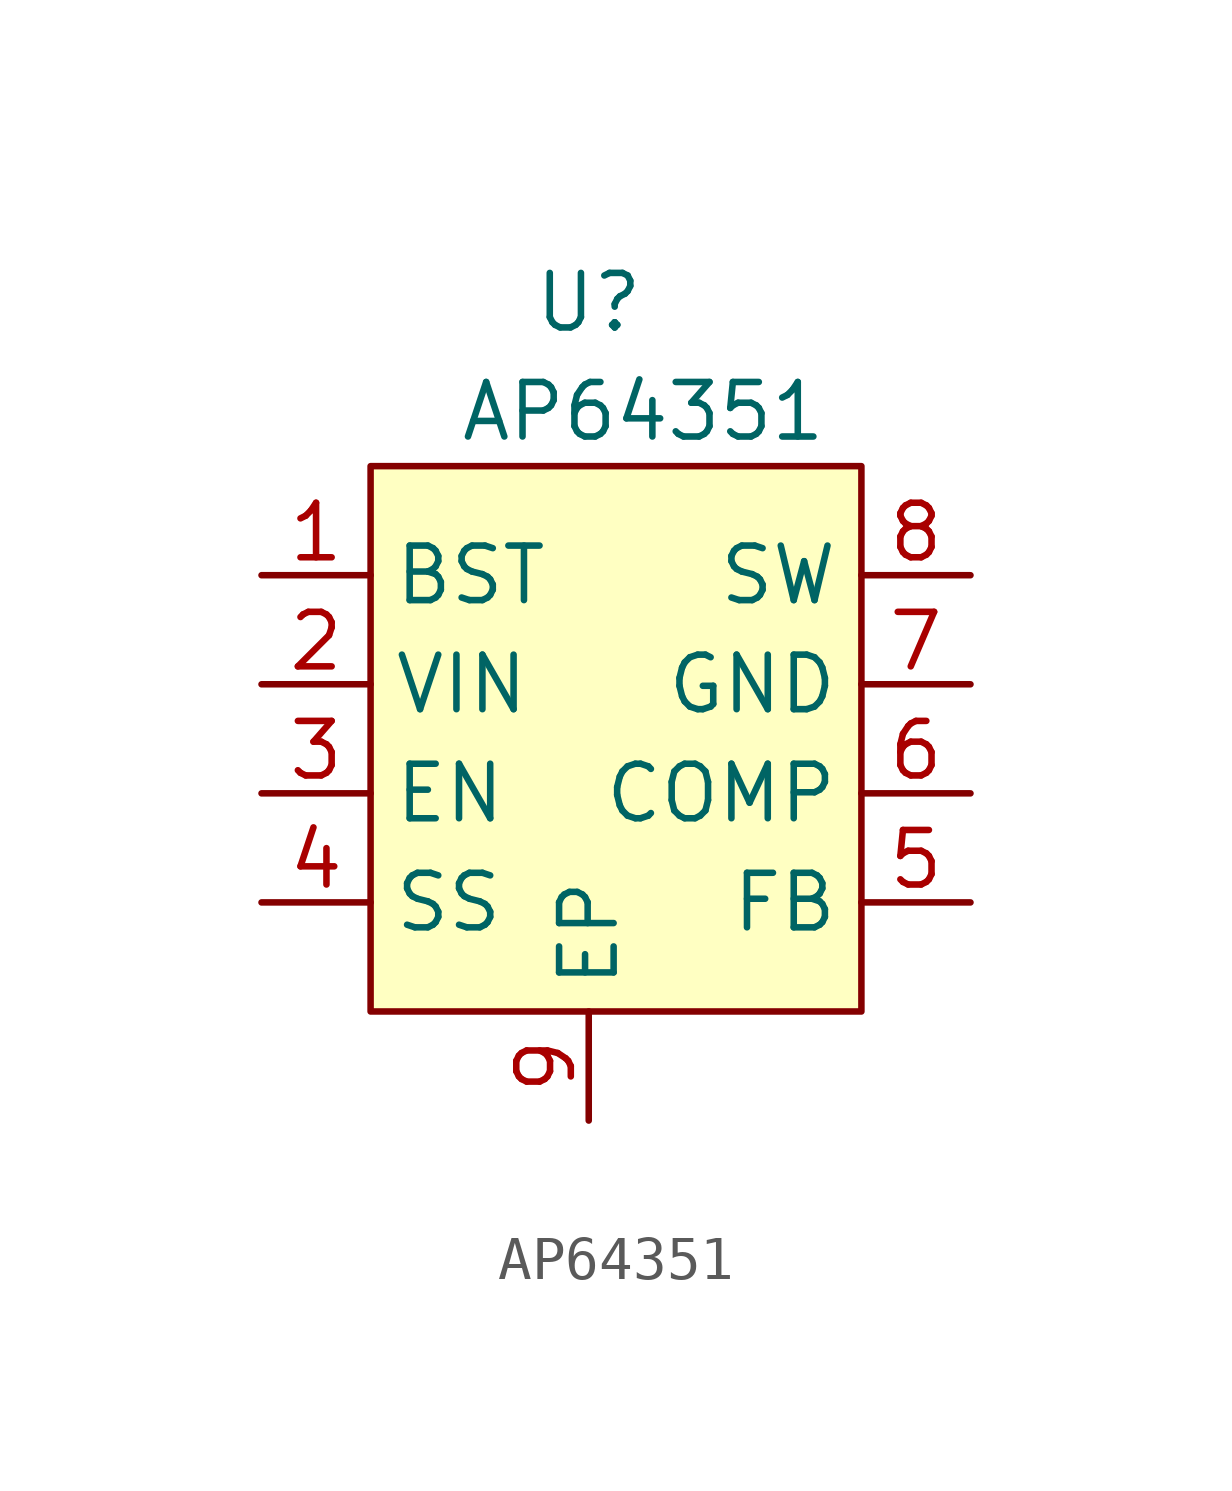
<source format=kicad_sym>
(kicad_symbol_lib
  (version 20220914)
  (generator kicad_symbol_editor)
  (symbol "AP64351"
    (property "Reference" "U"
      (at 0 8.89 0)
      (effects (font (size 1.27 1.27))))
    (property "Value" "AP64351"
      (at 1.27 6.35 0)
      (effects (font (size 1.27 1.27))))
    (symbol "AP64351_0_0"
      (rectangle (start -5.08 5.08) (end 6.35 -7.62) (stroke (width 0.152) (type default)) (fill (type background))))
    (symbol "AP64351_1_1"
      (pin passive line (at -7.62 2.54 0) (length 2.54) (name "BST" (effects (font (size 1.27 1.27)))) (number "1" (effects (font (size 1.27 1.27)))))
      (pin power_in line (at -7.62 0 0) (length 2.54) (name "VIN" (effects (font (size 1.27 1.27)))) (number "2" (effects (font (size 1.27 1.27)))))
      (pin input line (at -7.62 -2.54 0) (length 2.54) (name "EN" (effects (font (size 1.27 1.27)))) (number "3" (effects (font (size 1.27 1.27)))))
      (pin input line (at -7.62 -5.08 0) (length 2.54) (name "SS" (effects (font (size 1.27 1.27)))) (number "4" (effects (font (size 1.27 1.27)))))
      (pin input line (at 8.89 -5.08 180) (length 2.54) (name "FB" (effects (font (size 1.27 1.27)))) (number "5" (effects (font (size 1.27 1.27)))))
      (pin input line (at 8.89 -2.54 180) (length 2.54) (name "COMP" (effects (font (size 1.27 1.27)))) (number "6" (effects (font (size 1.27 1.27)))))
      (pin power_in line (at 8.89 0 180) (length 2.54) (name "GND" (effects (font (size 1.27 1.27)))) (number "7" (effects (font (size 1.27 1.27)))))
      (pin output line (at 8.89 2.54 180) (length 2.54) (name "SW" (effects (font (size 1.27 1.27)))) (number "8" (effects (font (size 1.27 1.27)))))
      (pin passive line (at 0 -10.16 90) (length 2.54) (name "EP" (effects (font (size 1.27 1.27)))) (number "9" (effects (font (size 1.27 1.27))))))))
</source>
